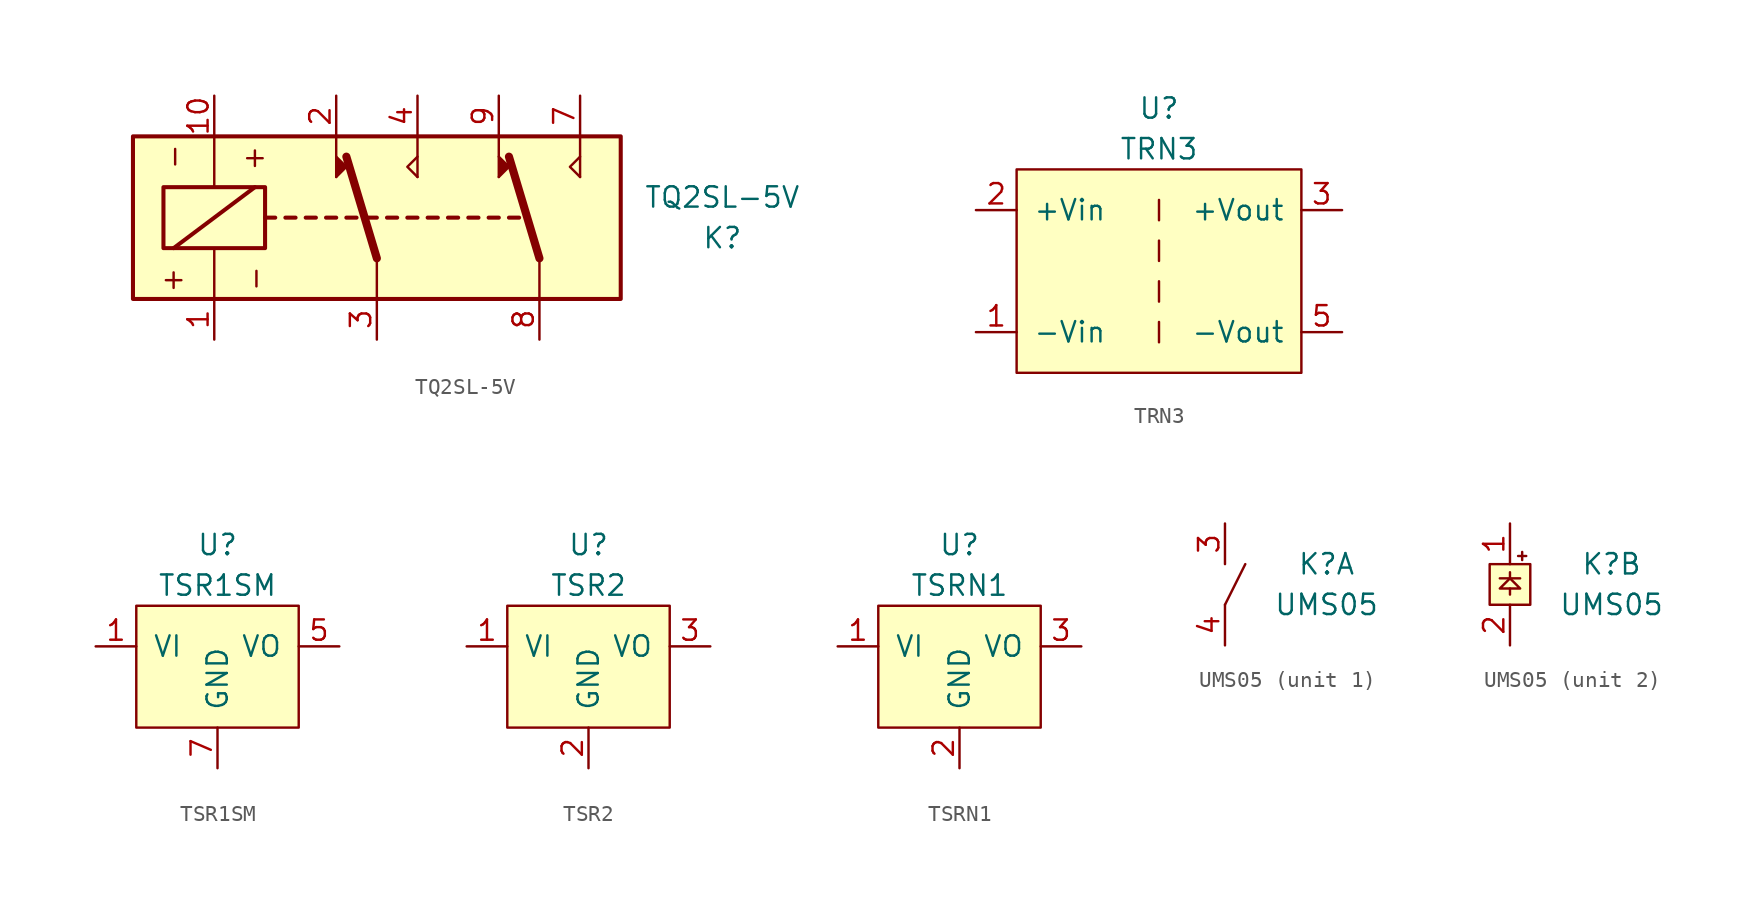
<source format=kicad_sym>
(kicad_symbol_lib
  (version 20220914)
  (generator kicad_symbol_editor)
  (symbol "TQ2SL-5V"
    (pin_names
      (offset 1.016))
    (property "Reference" "K"
      (at 21.59 -1.27 0)
      (effects (font (size 1.27 1.27))))
    (property "Value" "TQ2SL-5V"
      (at 21.59 1.27 0)
      (effects (font (size 1.27 1.27))))
    (symbol "TQ2SL-5V_0_0"
      (text "+" (at -12.7 -3.81 0) (effects (font (size 1.27 1.27))))
      (text "+" (at -7.62 3.81 0) (effects (font (size 1.27 1.27))))
      (text "-" (at -12.7 3.81 900) (effects (font (size 1.27 1.27))))
      (text "-" (at -7.62 -3.81 900) (effects (font (size 1.27 1.27)))))
    (symbol "TQ2SL-5V_1_1"
      (rectangle (start -15.24 5.08) (end 15.24 -5.08) (stroke (width 0.254) (type default)) (fill (type background)))
      (rectangle (start -13.335 1.905) (end -6.985 -1.905) (stroke (width 0.254) (type default)) (fill (type none)))
      (polyline (pts (xy -12.7 -1.905) (xy -7.62 1.905)) (stroke (width 0.254) (type default)) (fill (type none)))
      (polyline (pts (xy -10.16 -5.08) (xy -10.16 -1.905)) (stroke (width 0) (type default)) (fill (type none)))
      (polyline (pts (xy -10.16 5.08) (xy -10.16 1.905)) (stroke (width 0) (type default)) (fill (type none)))
      (polyline (pts (xy -6.985 0) (xy -6.35 0)) (stroke (width 0.254) (type default)) (fill (type none)))
      (polyline (pts (xy -5.715 0) (xy -5.08 0)) (stroke (width 0.254) (type default)) (fill (type none)))
      (polyline (pts (xy -4.445 0) (xy -3.81 0)) (stroke (width 0.254) (type default)) (fill (type none)))
      (polyline (pts (xy -3.175 0) (xy -2.54 0)) (stroke (width 0.254) (type default)) (fill (type none)))
      (polyline (pts (xy -2.54 2.54) (xy -2.54 5.08)) (stroke (width 0) (type default)) (fill (type none)))
      (polyline (pts (xy -1.905 0) (xy -1.27 0)) (stroke (width 0.254) (type default)) (fill (type none)))
      (polyline (pts (xy -0.635 0) (xy 0 0)) (stroke (width 0.254) (type default)) (fill (type none)))
      (polyline (pts (xy 0 -2.54) (xy -1.905 3.81)) (stroke (width 0.508) (type default)) (fill (type none)))
      (polyline (pts (xy 0 -2.54) (xy 0 -5.08)) (stroke (width 0) (type default)) (fill (type none)))
      (polyline (pts (xy 0.635 0) (xy 1.27 0)) (stroke (width 0.254) (type default)) (fill (type none)))
      (polyline (pts (xy 1.905 0) (xy 2.54 0)) (stroke (width 0.254) (type default)) (fill (type none)))
      (polyline (pts (xy 2.54 2.54) (xy 2.54 5.08)) (stroke (width 0) (type default)) (fill (type none)))
      (polyline (pts (xy 3.175 0) (xy 3.81 0)) (stroke (width 0.254) (type default)) (fill (type none)))
      (polyline (pts (xy 4.445 0) (xy 5.08 0)) (stroke (width 0.254) (type default)) (fill (type none)))
      (polyline (pts (xy 5.715 0) (xy 6.35 0)) (stroke (width 0.254) (type default)) (fill (type none)))
      (polyline (pts (xy 6.985 0) (xy 7.62 0)) (stroke (width 0.254) (type default)) (fill (type none)))
      (polyline (pts (xy 7.62 2.54) (xy 7.62 5.08)) (stroke (width 0) (type default)) (fill (type none)))
      (polyline (pts (xy 8.255 0) (xy 8.89 0)) (stroke (width 0.254) (type default)) (fill (type none)))
      (polyline (pts (xy 10.16 -2.54) (xy 8.255 3.81)) (stroke (width 0.508) (type default)) (fill (type none)))
      (polyline (pts (xy 10.16 -2.54) (xy 10.16 -5.08)) (stroke (width 0) (type default)) (fill (type none)))
      (polyline (pts (xy 12.7 2.54) (xy 12.7 5.08)) (stroke (width 0) (type default)) (fill (type none)))
      (polyline (pts (xy -2.54 2.54) (xy -1.905 3.175) (xy -2.54 3.81)) (stroke (width 0) (type default)) (fill (type outline)))
      (polyline (pts (xy 2.54 2.54) (xy 1.905 3.175) (xy 2.54 3.81)) (stroke (width 0) (type default)) (fill (type none)))
      (polyline (pts (xy 7.62 2.54) (xy 8.255 3.175) (xy 7.62 3.81)) (stroke (width 0) (type default)) (fill (type outline)))
      (polyline (pts (xy 12.7 2.54) (xy 12.065 3.175) (xy 12.7 3.81)) (stroke (width 0) (type default)) (fill (type none)))
      (pin passive line (at -10.16 -7.62 90) (length 2.54) (name "~" (effects (font (size 1.27 1.27)))) (number "1" (effects (font (size 1.27 1.27)))))
      (pin passive line (at -10.16 7.62 270) (length 2.54) (name "~" (effects (font (size 1.27 1.27)))) (number "10" (effects (font (size 1.27 1.27)))))
      (pin passive line (at -2.54 7.62 270) (length 2.54) (name "~" (effects (font (size 1.27 1.27)))) (number "2" (effects (font (size 1.27 1.27)))))
      (pin passive line (at 0 -7.62 90) (length 2.54) (name "~" (effects (font (size 1.27 1.27)))) (number "3" (effects (font (size 1.27 1.27)))))
      (pin passive line (at 2.54 7.62 270) (length 2.54) (name "~" (effects (font (size 1.27 1.27)))) (number "4" (effects (font (size 1.27 1.27)))))
      (pin no_connect non_logic (at -5.08 -5.08 270) (length 0) hide (name "~" (effects (font (size 1.27 1.27)))) (number "5" (effects (font (size 1.27 1.27)))))
      (pin no_connect non_logic (at 5.08 -5.08 270) (length 0) hide (name "~" (effects (font (size 1.27 1.27)))) (number "6" (effects (font (size 1.27 1.27)))))
      (pin passive line (at 12.7 7.62 270) (length 2.54) (name "~" (effects (font (size 1.27 1.27)))) (number "7" (effects (font (size 1.27 1.27)))))
      (pin passive line (at 10.16 -7.62 90) (length 2.54) (name "~" (effects (font (size 1.27 1.27)))) (number "8" (effects (font (size 1.27 1.27)))))
      (pin passive line (at 7.62 7.62 270) (length 2.54) (name "~" (effects (font (size 1.27 1.27)))) (number "9" (effects (font (size 1.27 1.27)))))))
  (symbol "TRN3"
    (pin_names
      (offset 1.016))
    (property "Reference" "U"
      (at 0 10.16 0)
      (effects (font (size 1.27 1.27))))
    (property "Value" "TRN3"
      (at 0 7.62 0)
      (effects (font (size 1.27 1.27))))
    (symbol "TRN3_0_1"
      (rectangle (start -8.89 6.35) (end 8.89 -6.35) (stroke (width 0) (type default)) (fill (type background))))
    (symbol "TRN3_1_1"
      (polyline (pts (xy 0 -3.175) (xy 0 -4.445)) (stroke (width 0) (type default)) (fill (type none)))
      (polyline (pts (xy 0 -0.635) (xy 0 -1.905)) (stroke (width 0) (type default)) (fill (type none)))
      (polyline (pts (xy 0 1.905) (xy 0 0.635)) (stroke (width 0) (type default)) (fill (type none)))
      (polyline (pts (xy 0 4.445) (xy 0 3.175)) (stroke (width 0) (type default)) (fill (type none)))
      (pin passive line (at -11.43 -3.81 0) (length 2.54) (name "-Vin" (effects (font (size 1.27 1.27)))) (number "1" (effects (font (size 1.27 1.27)))))
      (pin power_in line (at -11.43 3.81 0) (length 2.54) (name "+Vin" (effects (font (size 1.27 1.27)))) (number "2" (effects (font (size 1.27 1.27)))))
      (pin power_out line (at 11.43 3.81 180) (length 2.54) (name "+Vout" (effects (font (size 1.27 1.27)))) (number "3" (effects (font (size 1.27 1.27)))))
      (pin no_connect non_logic (at -8.89 0 180) (length 0) hide (name "NC" (effects (font (size 1.27 1.27)))) (number "4" (effects (font (size 1.27 1.27)))))
      (pin passive line (at 11.43 -3.81 180) (length 2.54) (name "-Vout" (effects (font (size 1.27 1.27)))) (number "5" (effects (font (size 1.27 1.27)))))
      (pin no_connect non_logic (at -8.89 0 180) (length 0) hide (name "NC" (effects (font (size 1.27 1.27)))) (number "6" (effects (font (size 1.27 1.27)))))
      (pin no_connect non_logic (at 8.89 0 0) (length 0) hide (name "NC" (effects (font (size 1.27 1.27)))) (number "7" (effects (font (size 1.27 1.27)))))))
  (symbol "TSR1SM"
    (pin_names
      (offset 1.016))
    (property "Reference" "U"
      (at 0 7.62 0)
      (effects (font (size 1.27 1.27))))
    (property "Value" "TSR1SM"
      (at 0 5.08 0)
      (effects (font (size 1.27 1.27))))
    (symbol "TSR1SM_1_1"
      (rectangle (start -5.08 3.81) (end 5.08 -3.81) (stroke (width 0) (type default)) (fill (type background)))
      (pin power_in line (at -7.62 1.27 0) (length 2.54) (name "VI" (effects (font (size 1.27 1.27)))) (number "1" (effects (font (size 1.27 1.27)))))
      (pin no_connect non_logic (at -5.08 -1.27 0) (length 0) hide (name "NC" (effects (font (size 1.27 1.27)))) (number "10" (effects (font (size 1.27 1.27)))))
      (pin power_out line (at 7.62 1.27 180) (length 2.54) (name "VO" (effects (font (size 1.27 1.27)))) (number "5" (effects (font (size 1.27 1.27)))))
      (pin no_connect non_logic (at 5.08 -1.27 180) (length 0) hide (name "NC" (effects (font (size 1.27 1.27)))) (number "6" (effects (font (size 1.27 1.27)))))
      (pin passive line (at 0 -6.35 90) (length 2.54) (name "GND" (effects (font (size 1.27 1.27)))) (number "7" (effects (font (size 1.27 1.27)))))
      (pin passive line (at 0 -6.35 90) (length 2.54) hide (name "GND" (effects (font (size 1.27 1.27)))) (number "9" (effects (font (size 1.27 1.27)))))))
  (symbol "TSR2"
    (pin_names
      (offset 1.016))
    (property "Reference" "U"
      (at 0 7.62 0)
      (effects (font (size 1.27 1.27))))
    (property "Value" "TSR2"
      (at 0 5.08 0)
      (effects (font (size 1.27 1.27))))
    (symbol "TSR2_0_1"
      (rectangle (start -5.08 3.81) (end 5.08 -3.81) (stroke (width 0) (type default)) (fill (type background))))
    (symbol "TSR2_1_1"
      (pin power_in line (at -7.62 1.27 0) (length 2.54) (name "VI" (effects (font (size 1.27 1.27)))) (number "1" (effects (font (size 1.27 1.27)))))
      (pin passive line (at 0 -6.35 90) (length 2.54) (name "GND" (effects (font (size 1.27 1.27)))) (number "2" (effects (font (size 1.27 1.27)))))
      (pin power_out line (at 7.62 1.27 180) (length 2.54) (name "VO" (effects (font (size 1.27 1.27)))) (number "3" (effects (font (size 1.27 1.27)))))))
  (symbol "TSRN1"
    (pin_names
      (offset 1.016))
    (property "Reference" "U"
      (at 0 7.62 0)
      (effects (font (size 1.27 1.27))))
    (property "Value" "TSRN1"
      (at 0 5.08 0)
      (effects (font (size 1.27 1.27))))
    (symbol "TSRN1_0_1"
      (rectangle (start -5.08 3.81) (end 5.08 -3.81) (stroke (width 0) (type default)) (fill (type background))))
    (symbol "TSRN1_1_1"
      (pin power_in line (at -7.62 1.27 0) (length 2.54) (name "VI" (effects (font (size 1.27 1.27)))) (number "1" (effects (font (size 1.27 1.27)))))
      (pin power_in line (at 0 -6.35 90) (length 2.54) (name "GND" (effects (font (size 1.27 1.27)))) (number "2" (effects (font (size 1.27 1.27)))))
      (pin power_out line (at 7.62 1.27 180) (length 2.54) (name "VO" (effects (font (size 1.27 1.27)))) (number "3" (effects (font (size 1.27 1.27)))))))
  (symbol "UMS05"
    (pin_names
      (offset 1.016))
    (property "Reference" "K"
      (at 6.35 1.27 0)
      (effects (font (size 1.27 1.27))))
    (property "Value" "UMS05"
      (at 6.35 -1.27 0)
      (effects (font (size 1.27 1.27))))
    (symbol "UMS05_1_1"
      (polyline (pts (xy 0 -1.27) (xy 1.27 1.27)) (stroke (width 0) (type default)) (fill (type none)))
      (pin passive line (at 0 3.81 270) (length 2.54) (name "~" (effects (font (size 1.27 1.27)))) (number "3" (effects (font (size 1.27 1.27)))))
      (pin passive line (at 0 -3.81 90) (length 2.54) (name "~" (effects (font (size 1.27 1.27)))) (number "4" (effects (font (size 1.27 1.27))))))
    (symbol "UMS05_2_1"
      (polyline (pts (xy 0 -0.254) (xy 0 -0.635)) (stroke (width 0) (type default)) (fill (type none)))
      (polyline (pts (xy 0 0.381) (xy 0 0.762)) (stroke (width 0) (type default)) (fill (type none)))
      (polyline (pts (xy 0.508 1.778) (xy 1.016 1.778)) (stroke (width 0) (type default)) (fill (type none)))
      (polyline (pts (xy 0.635 0.381) (xy -0.635 0.381)) (stroke (width 0) (type default)) (fill (type none)))
      (polyline (pts (xy 0.762 2.032) (xy 0.762 1.524)) (stroke (width 0) (type default)) (fill (type none)))
      (polyline (pts (xy 0.635 -0.254) (xy -0.635 -0.254) (xy 0 0.381) (xy 0.635 -0.254)) (stroke (width 0) (type default)) (fill (type none)))
      (rectangle (start 1.27 1.27) (end -1.27 -1.27) (stroke (width 0) (type default)) (fill (type background)))
      (pin passive line (at 0 3.81 270) (length 2.54) (name "~" (effects (font (size 1.27 1.27)))) (number "1" (effects (font (size 1.27 1.27)))))
      (pin passive line (at 0 -3.81 90) (length 2.54) (name "~" (effects (font (size 1.27 1.27)))) (number "2" (effects (font (size 1.27 1.27))))))))
</source>
